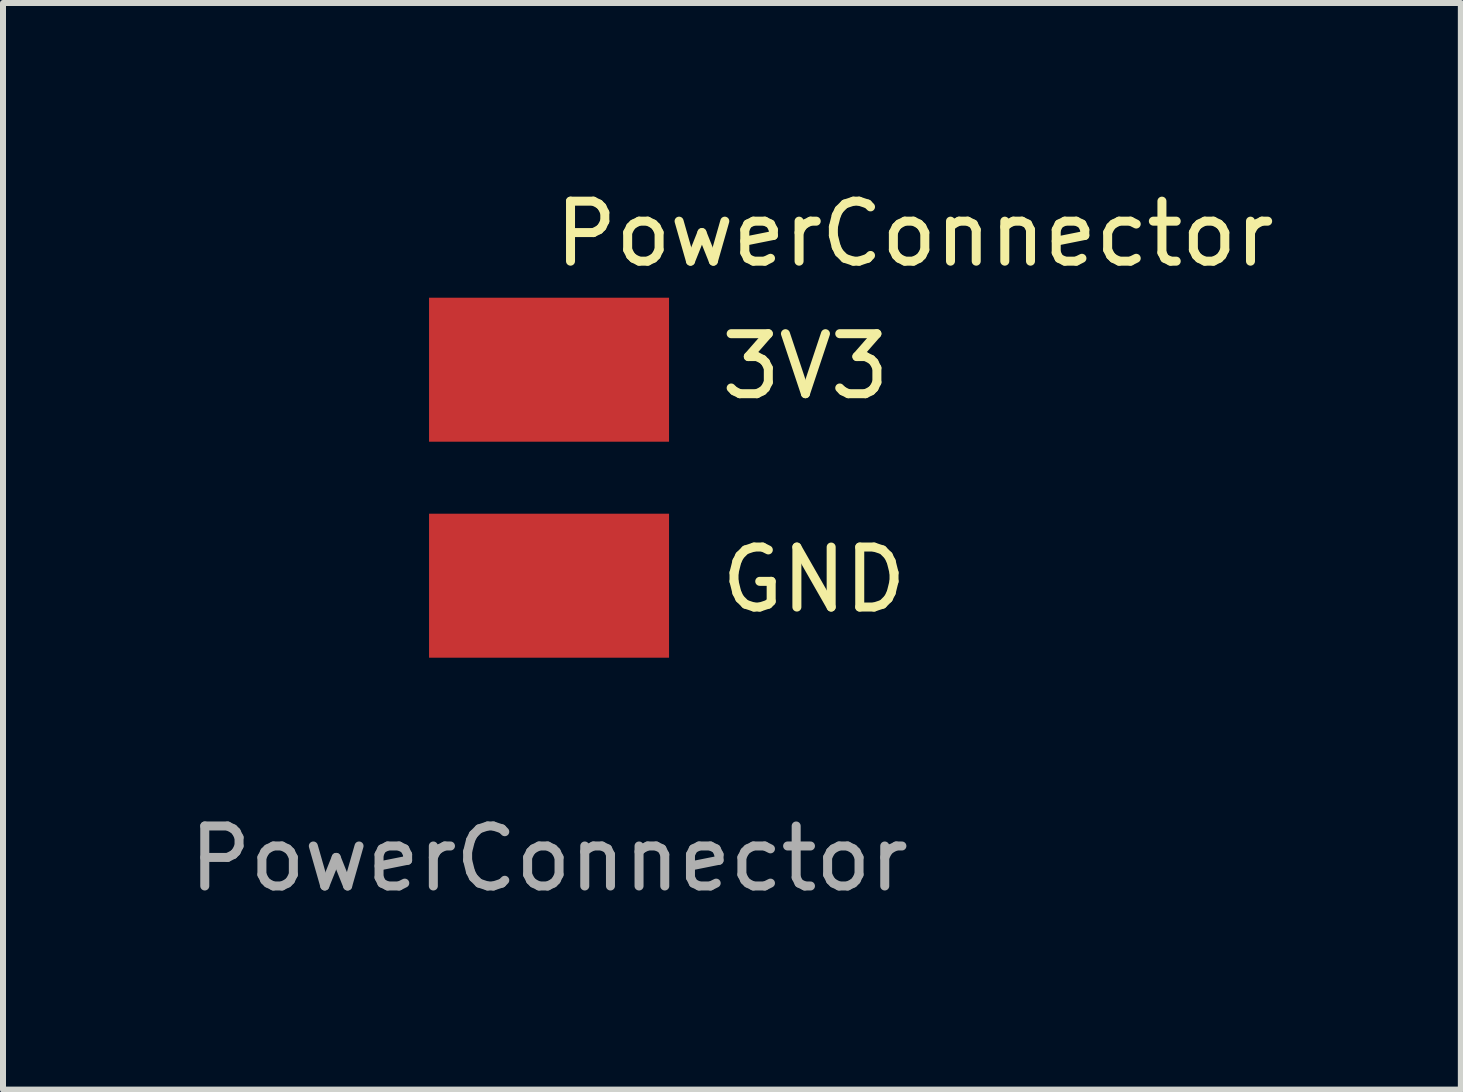
<source format=kicad_pcb>
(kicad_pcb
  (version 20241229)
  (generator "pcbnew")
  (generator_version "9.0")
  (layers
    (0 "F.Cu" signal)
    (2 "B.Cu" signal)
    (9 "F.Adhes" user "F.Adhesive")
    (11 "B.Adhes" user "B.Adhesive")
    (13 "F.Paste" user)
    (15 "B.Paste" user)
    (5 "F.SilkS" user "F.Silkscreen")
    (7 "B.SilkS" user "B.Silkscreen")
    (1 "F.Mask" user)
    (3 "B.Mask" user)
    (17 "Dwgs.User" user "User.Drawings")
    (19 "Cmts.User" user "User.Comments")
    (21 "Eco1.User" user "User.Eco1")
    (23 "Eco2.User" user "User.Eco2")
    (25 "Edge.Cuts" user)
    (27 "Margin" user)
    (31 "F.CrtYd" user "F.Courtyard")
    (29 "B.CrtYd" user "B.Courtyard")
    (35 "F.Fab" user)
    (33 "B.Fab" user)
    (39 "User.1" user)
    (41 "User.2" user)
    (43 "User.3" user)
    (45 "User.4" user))
  (footprint "PowerConnector"
    (layer "F.Cu")
    (at 6.101 4.912)
    (property "Reference" "PowerConnector" (at 6.096 -4.064 0) (unlocked yes) (layer "F.SilkS") (effects (font (size 1 1) (thickness 0.15))))
    (attr smd)
    (fp_text user "GND" (at 2.794 2.286 0) (unlocked yes) (layer "F.SilkS") (effects (font (size 1 1) (thickness 0.15)) (justify left bottom)))
    (fp_text user "3V3" (at 2.794 -1.27 0) (unlocked yes) (layer "F.SilkS") (effects (font (size 1 1) (thickness 0.15)) (justify left bottom)))
    (fp_text user "${REFERENCE}" (at 0 6.35 0) (unlocked yes) (layer "F.Fab") (effects (font (size 1 1) (thickness 0.15))))
    (pad "1" smd rect (at 0 -1.8) (size 4 2.4) (layers "F.Cu" "F.Mask" "F.Paste"))
    (pad "2" smd rect (at 0 1.8) (size 4 2.4) (layers "F.Cu" "F.Mask" "F.Paste")))
  (gr_rect
    (start -3 -3)
    (end 21.298 15.111)
    (stroke (width 0.1) (type default))
    (fill no)
    (layer "Edge.Cuts")))
</source>
